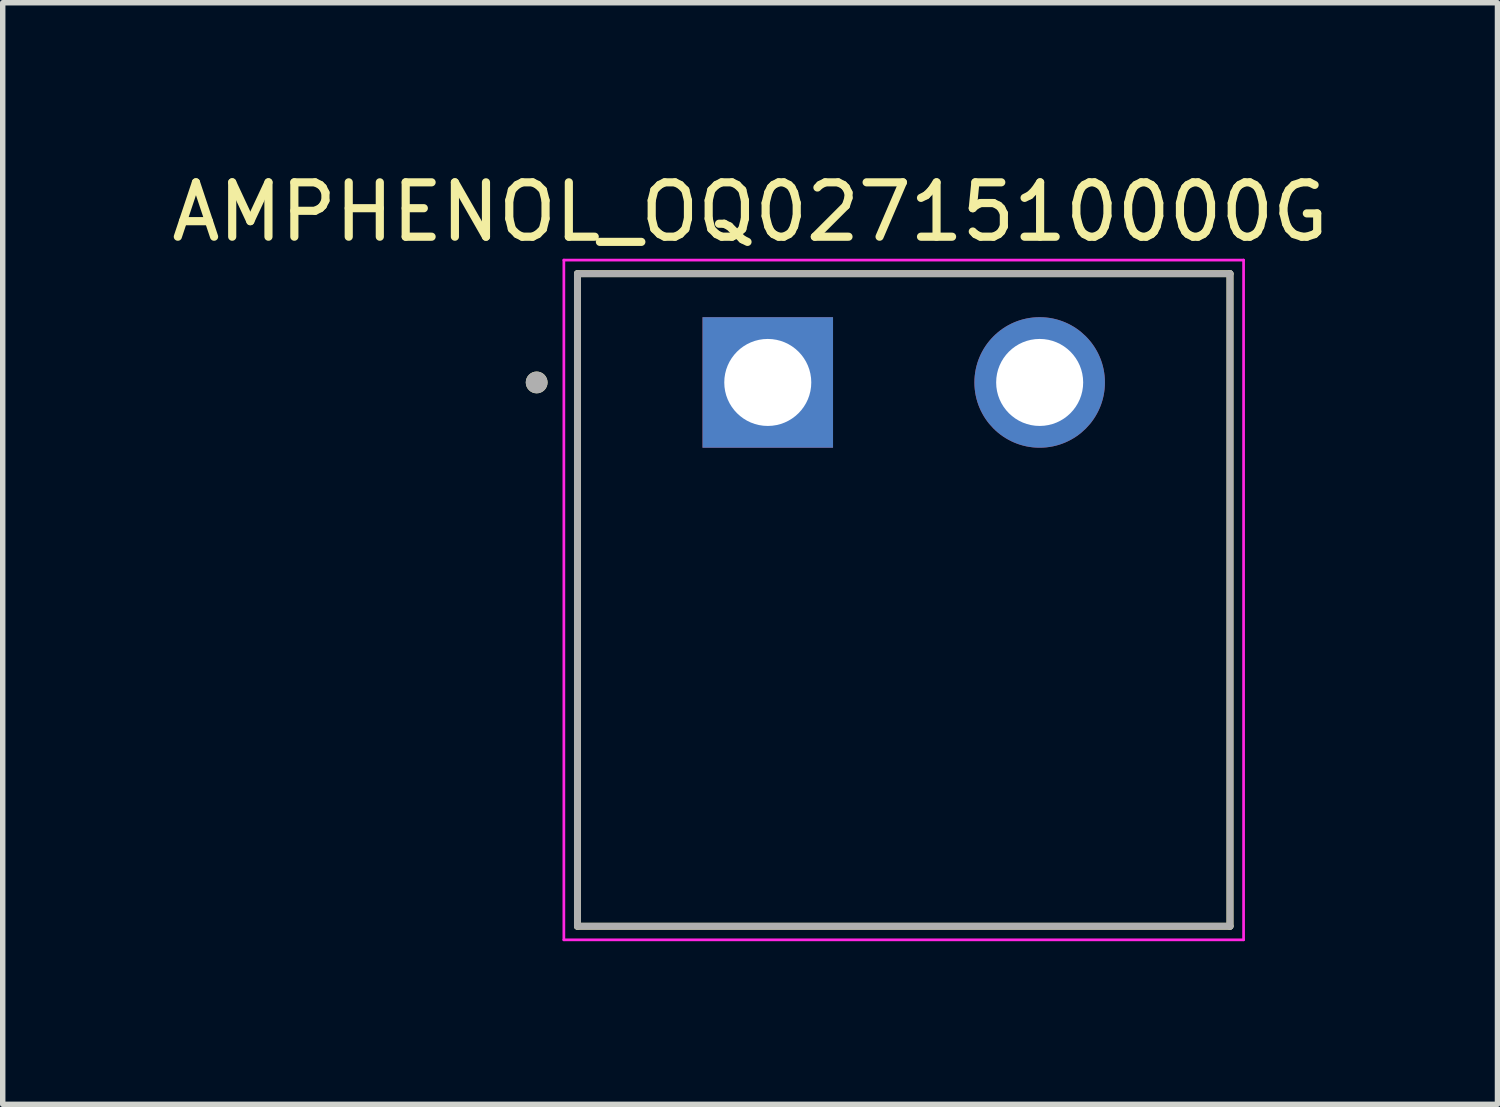
<source format=kicad_pcb>
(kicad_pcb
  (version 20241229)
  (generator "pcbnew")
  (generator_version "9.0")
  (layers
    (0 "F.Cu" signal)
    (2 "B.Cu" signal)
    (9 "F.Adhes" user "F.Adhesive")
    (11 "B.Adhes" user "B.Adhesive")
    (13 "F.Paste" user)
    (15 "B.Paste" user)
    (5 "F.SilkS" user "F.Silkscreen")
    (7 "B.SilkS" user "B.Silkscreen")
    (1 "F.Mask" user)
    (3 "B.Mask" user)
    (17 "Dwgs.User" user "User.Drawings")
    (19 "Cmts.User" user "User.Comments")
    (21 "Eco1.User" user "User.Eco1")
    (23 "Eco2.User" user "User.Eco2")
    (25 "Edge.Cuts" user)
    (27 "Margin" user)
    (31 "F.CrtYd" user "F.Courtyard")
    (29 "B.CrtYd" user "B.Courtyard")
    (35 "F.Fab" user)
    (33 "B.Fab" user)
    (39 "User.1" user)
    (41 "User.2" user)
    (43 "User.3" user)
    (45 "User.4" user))
  (footprint "AMPHENOL_OQ0271510000G"
    (layer "F.Cu")
    (at 11.069 3.983)
    (property "Reference" "AMPHENOL_OQ0271510000G" (at -0.325 -3.135 0) (layer "F.SilkS") (effects (font (size 1 1) (thickness 0.15))))
    (attr through_hole)
    (fp_line (start -3.5 -2) (end 8.5 -2) (stroke (width 0.127) (type solid)) (layer "F.SilkS"))
    (fp_line (start -3.5 10) (end -3.5 -2) (stroke (width 0.127) (type solid)) (layer "F.SilkS"))
    (fp_line (start 8.5 -2) (end 8.5 10) (stroke (width 0.127) (type solid)) (layer "F.SilkS"))
    (fp_line (start 8.5 10) (end -3.5 10) (stroke (width 0.127) (type solid)) (layer "F.SilkS"))
    (fp_circle (center -4.25 0) (end -4.15 0) (stroke (width 0.2) (type solid)) (fill no) (layer "F.SilkS"))
    (fp_line (start -3.75 -2.25) (end 8.75 -2.25) (stroke (width 0.05) (type solid)) (layer "F.CrtYd"))
    (fp_line (start -3.75 10.25) (end -3.75 -2.25) (stroke (width 0.05) (type solid)) (layer "F.CrtYd"))
    (fp_line (start 8.75 -2.25) (end 8.75 10.25) (stroke (width 0.05) (type solid)) (layer "F.CrtYd"))
    (fp_line (start 8.75 10.25) (end -3.75 10.25) (stroke (width 0.05) (type solid)) (layer "F.CrtYd"))
    (fp_line (start -3.5 -2) (end 8.5 -2) (stroke (width 0.127) (type solid)) (layer "F.Fab"))
    (fp_line (start -3.5 10) (end -3.5 -2) (stroke (width 0.127) (type solid)) (layer "F.Fab"))
    (fp_line (start 8.5 -2) (end 8.5 10) (stroke (width 0.127) (type solid)) (layer "F.Fab"))
    (fp_line (start 8.5 10) (end -3.5 10) (stroke (width 0.127) (type solid)) (layer "F.Fab"))
    (fp_circle (center -4.25 0) (end -4.15 0) (stroke (width 0.2) (type solid)) (fill no) (layer "F.Fab"))
    (pad "1" thru_hole rect (at 0 0) (size 2.4 2.4) (drill 1.6) (layers "*.Cu" "*.Mask"))
    (pad "2" thru_hole circle (at 5 0) (size 2.4 2.4) (drill 1.6) (layers "*.Cu" "*.Mask")))
  (gr_rect
    (start -3 -3)
    (end 24.488 17.258)
    (stroke (width 0.1) (type default))
    (fill no)
    (layer "Edge.Cuts")))
</source>
